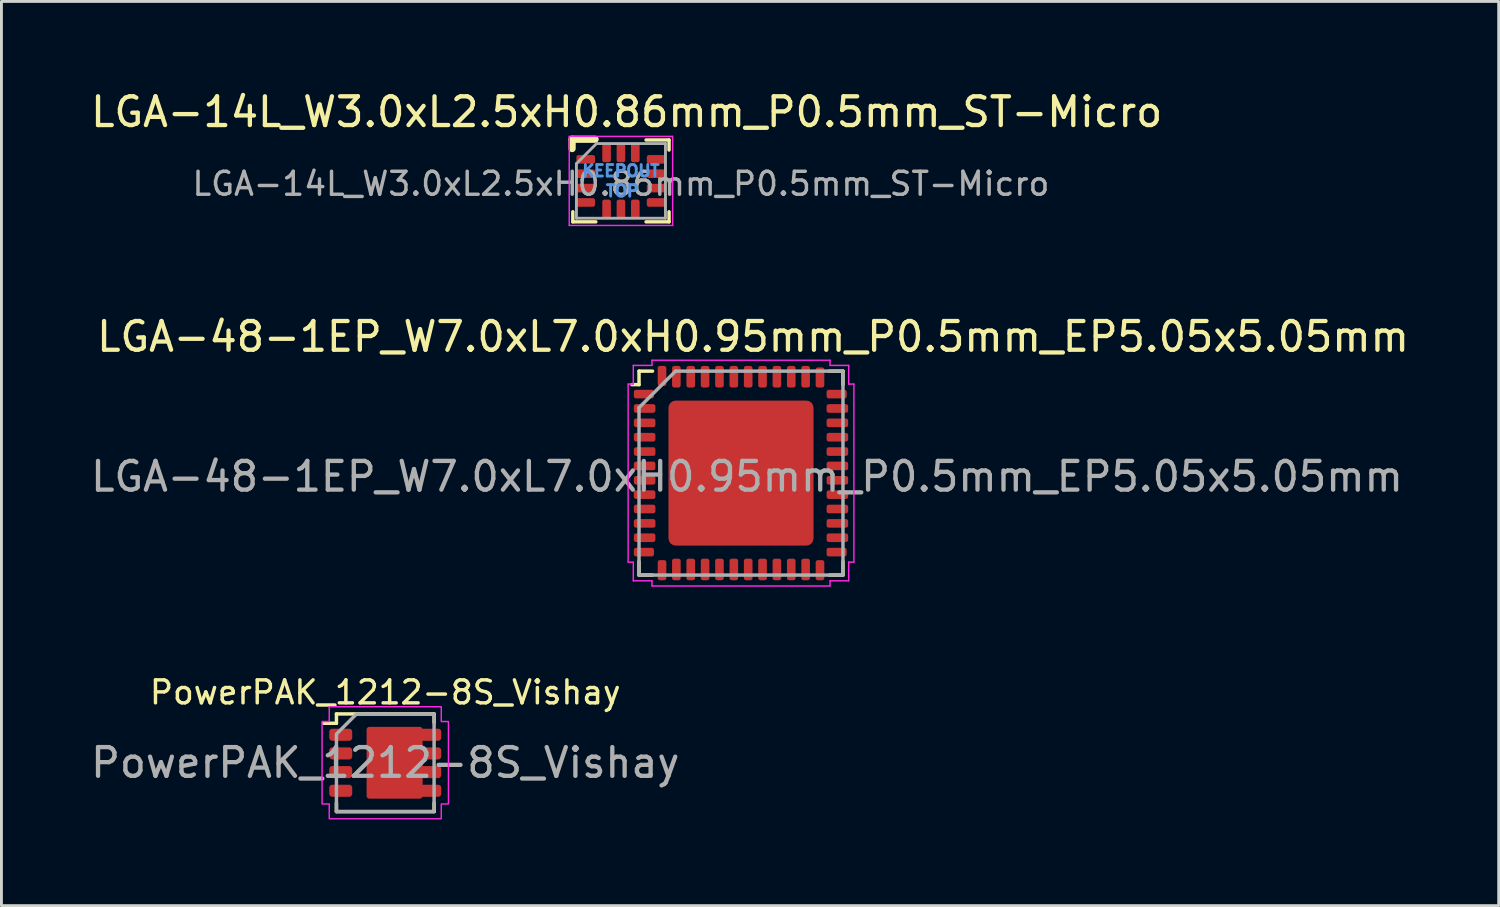
<source format=kicad_pcb>
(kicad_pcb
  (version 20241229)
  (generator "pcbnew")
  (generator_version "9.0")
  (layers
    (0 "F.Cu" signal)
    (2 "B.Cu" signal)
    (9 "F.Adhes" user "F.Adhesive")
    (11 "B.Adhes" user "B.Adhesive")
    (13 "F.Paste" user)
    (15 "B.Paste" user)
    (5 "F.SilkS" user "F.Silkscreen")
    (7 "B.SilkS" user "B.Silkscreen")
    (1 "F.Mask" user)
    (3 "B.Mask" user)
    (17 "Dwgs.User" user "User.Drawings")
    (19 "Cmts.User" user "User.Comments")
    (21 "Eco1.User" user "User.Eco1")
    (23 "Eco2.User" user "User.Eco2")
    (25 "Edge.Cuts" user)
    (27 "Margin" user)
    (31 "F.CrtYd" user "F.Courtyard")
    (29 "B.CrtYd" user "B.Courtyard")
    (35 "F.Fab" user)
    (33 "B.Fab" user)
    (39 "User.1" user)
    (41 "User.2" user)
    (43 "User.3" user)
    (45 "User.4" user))
  (footprint "LGA-14L_W3.0xL2.5xH0.86mm_P0.5mm_ST-Micro"
    (layer "F.Cu")
    (at 18.568 3.248)
    (property "Reference" "LGA-14L_W3.0xL2.5xH0.86mm_P0.5mm_ST-Micro" (at 0.2 -2.4 0) (unlocked yes) (layer "F.SilkS") (effects (font (size 1 1) (thickness 0.15))))
    (attr smd)
    (fp_poly (pts (xy -1.6 -0.9) (xy -1.6 -0.6) (xy -1.4 -0.6) (xy -1.4 -0.9)) (stroke (width 0.1) (type solid)) (fill yes) (layer "F.Mask"))
    (fp_poly (pts (xy -1.6 -0.4) (xy -1.6 -0.1) (xy -1.4 -0.1) (xy -1.4 -0.4)) (stroke (width 0.1) (type solid)) (fill yes) (layer "F.Mask"))
    (fp_poly (pts (xy -1.6 0.1) (xy -1.6 0.4) (xy -1.4 0.4) (xy -1.4 0.1)) (stroke (width 0.1) (type solid)) (fill yes) (layer "F.Mask"))
    (fp_poly (pts (xy -1.6 0.6) (xy -1.6 0.9) (xy -1.4 0.9) (xy -1.4 0.6)) (stroke (width 0.1) (type solid)) (fill yes) (layer "F.Mask"))
    (fp_poly (pts (xy -0.65 1.35) (xy -0.35 1.35) (xy -0.35 1.15) (xy -0.65 1.15)) (stroke (width 0.1) (type solid)) (fill yes) (layer "F.Mask"))
    (fp_poly (pts (xy -0.35 -1.35) (xy -0.65 -1.35) (xy -0.65 -1.15) (xy -0.35 -1.15)) (stroke (width 0.1) (type solid)) (fill yes) (layer "F.Mask"))
    (fp_poly (pts (xy -0.15 1.35) (xy 0.15 1.35) (xy 0.15 1.15) (xy -0.15 1.15)) (stroke (width 0.1) (type solid)) (fill yes) (layer "F.Mask"))
    (fp_poly (pts (xy 0.15 -1.35) (xy -0.15 -1.35) (xy -0.15 -1.15) (xy 0.15 -1.15)) (stroke (width 0.1) (type solid)) (fill yes) (layer "F.Mask"))
    (fp_poly (pts (xy 0.35 1.35) (xy 0.65 1.35) (xy 0.65 1.15) (xy 0.35 1.15)) (stroke (width 0.1) (type solid)) (fill yes) (layer "F.Mask"))
    (fp_poly (pts (xy 0.65 -1.35) (xy 0.35 -1.35) (xy 0.35 -1.15) (xy 0.65 -1.15)) (stroke (width 0.1) (type solid)) (fill yes) (layer "F.Mask"))
    (fp_poly (pts (xy 1.6 -0.6) (xy 1.6 -0.9) (xy 1.4 -0.9) (xy 1.4 -0.6)) (stroke (width 0.1) (type solid)) (fill yes) (layer "F.Mask"))
    (fp_poly (pts (xy 1.6 -0.1) (xy 1.6 -0.4) (xy 1.4 -0.4) (xy 1.4 -0.1)) (stroke (width 0.1) (type solid)) (fill yes) (layer "F.Mask"))
    (fp_poly (pts (xy 1.6 0.4) (xy 1.6 0.1) (xy 1.4 0.1) (xy 1.4 0.4)) (stroke (width 0.1) (type solid)) (fill yes) (layer "F.Mask"))
    (fp_poly (pts (xy 1.6 0.9) (xy 1.6 0.6) (xy 1.4 0.6) (xy 1.4 0.9)) (stroke (width 0.1) (type solid)) (fill yes) (layer "F.Mask"))
    (fp_line (start -1.7 -1.45) (end -1.7 -1.125) (stroke (width 0.25) (type solid)) (layer "F.SilkS"))
    (fp_line (start -1.675 1.075) (end -1.675 1.425) (stroke (width 0.12) (type solid)) (layer "F.SilkS"))
    (fp_line (start -0.9 -1.45) (end -1.7 -1.45) (stroke (width 0.25) (type solid)) (layer "F.SilkS"))
    (fp_line (start -0.875 1.425) (end -1.675 1.425) (stroke (width 0.12) (type solid)) (layer "F.SilkS"))
    (fp_line (start 1.675 -1.425) (end 0.875 -1.425) (stroke (width 0.12) (type solid)) (layer "F.SilkS"))
    (fp_line (start 1.675 -1.425) (end 1.675 -1.075) (stroke (width 0.12) (type solid)) (layer "F.SilkS"))
    (fp_line (start 1.675 1.075) (end 1.675 1.425) (stroke (width 0.12) (type solid)) (layer "F.SilkS"))
    (fp_line (start 1.675 1.425) (end 0.875 1.425) (stroke (width 0.12) (type solid)) (layer "F.SilkS"))
    (fp_line (start -1.8 -1.55) (end -1.8 1.55) (stroke (width 0.05) (type solid)) (layer "F.CrtYd"))
    (fp_line (start -1.8 1.55) (end 1.8 1.55) (stroke (width 0.05) (type solid)) (layer "F.CrtYd"))
    (fp_line (start 1.8 -1.55) (end -1.8 -1.55) (stroke (width 0.05) (type solid)) (layer "F.CrtYd"))
    (fp_line (start 1.8 1.55) (end 1.8 -1.55) (stroke (width 0.05) (type solid)) (layer "F.CrtYd"))
    (fp_line (start -1.55 -0.6) (end -1.55 1.3) (stroke (width 0.1) (type solid)) (layer "F.Fab"))
    (fp_line (start -1.55 1.3) (end 1.55 1.3) (stroke (width 0.1) (type solid)) (layer "F.Fab"))
    (fp_line (start -0.85 -1.3) (end -1.55 -0.6) (stroke (width 0.1) (type solid)) (layer "F.Fab"))
    (fp_line (start 1.55 -1.3) (end -0.85 -1.3) (stroke (width 0.1) (type solid)) (layer "F.Fab"))
    (fp_line (start 1.55 1.3) (end 1.55 -1.3) (stroke (width 0.1) (type solid)) (layer "F.Fab"))
    (fp_text user "TOP" (at 0.05 0.35 0) (layer "Cmts.User") (effects (font (size 0.4 0.4) (thickness 0.1))))
    (fp_text user "KEEPOUT" (at 0 -0.35 0) (layer "Cmts.User") (effects (font (size 0.4 0.4) (thickness 0.1))))
    (fp_text user "${REFERENCE}" (at 0 0.1 0) (layer "F.Fab") (effects (font (size 0.8 0.8) (thickness 0.12))))
    (pad "1" smd roundrect (at -1.225 -0.75 180) (size 0.65 0.3) (layers "F.Cu" "F.Mask" "F.Paste") (roundrect_rratio 0.25))
    (pad "2" smd roundrect (at -1.225 -0.25 180) (size 0.65 0.3) (layers "F.Cu" "F.Mask" "F.Paste") (roundrect_rratio 0.25))
    (pad "3" smd roundrect (at -1.225 0.25 180) (size 0.65 0.3) (layers "F.Cu" "F.Mask" "F.Paste") (roundrect_rratio 0.25))
    (pad "4" smd roundrect (at -1.225 0.75 180) (size 0.65 0.3) (layers "F.Cu" "F.Mask" "F.Paste") (roundrect_rratio 0.25))
    (pad "5" smd roundrect (at -0.5 0.975 90) (size 0.65 0.3) (layers "F.Cu" "F.Mask" "F.Paste") (roundrect_rratio 0.25))
    (pad "6" smd roundrect (at 0 0.975 90) (size 0.65 0.3) (layers "F.Cu" "F.Mask" "F.Paste") (roundrect_rratio 0.25))
    (pad "7" smd roundrect (at 0.5 0.975 90) (size 0.65 0.3) (layers "F.Cu" "F.Mask" "F.Paste") (roundrect_rratio 0.25))
    (pad "8" smd roundrect (at 1.225 0.75 180) (size 0.65 0.3) (layers "F.Cu" "F.Mask" "F.Paste") (roundrect_rratio 0.25))
    (pad "9" smd roundrect (at 1.225 0.25 180) (size 0.65 0.3) (layers "F.Cu" "F.Mask" "F.Paste") (roundrect_rratio 0.25))
    (pad "10" smd roundrect (at 1.225 -0.25 180) (size 0.65 0.3) (layers "F.Cu" "F.Mask" "F.Paste") (roundrect_rratio 0.25))
    (pad "11" smd roundrect (at 1.225 -0.75 180) (size 0.65 0.3) (layers "F.Cu" "F.Mask" "F.Paste") (roundrect_rratio 0.25))
    (pad "12" smd roundrect (at 0.5 -0.975 90) (size 0.65 0.3) (layers "F.Cu" "F.Mask" "F.Paste") (roundrect_rratio 0.25))
    (pad "13" smd roundrect (at 0 -0.975 90) (size 0.65 0.3) (layers "F.Cu" "F.Mask" "F.Paste") (roundrect_rratio 0.25))
    (pad "14" smd roundrect (at -0.5 -0.975 90) (size 0.65 0.3) (layers "F.Cu" "F.Mask" "F.Paste") (roundrect_rratio 0.25))
    (zone (net_name "") (layer "F.Cu") (hatch edge 0.508) (connect_pads) (min_thickness 0.254) (filled_areas_thickness no) (keepout (tracks allowed) (vias not_allowed) (pads allowed) (copperpour not_allowed) (footprints allowed)) (placement (enabled no)) (fill) (polygon (pts (xy 20.118 4.548) (xy 17.018 4.548) (xy 17.018 1.948) (xy 20.118 1.948)))))
  (footprint "LGA-48-1EP_W7.0xL7.0xH0.95mm_P0.5mm_EP5.05x5.05mm"
    (layer "F.Cu")
    (at 22.748 13.421)
    (property "Reference" "LGA-48-1EP_W7.0xL7.0xH0.95mm_P0.5mm_EP5.05x5.05mm" (at 0.42 -4.75 0) (layer "F.SilkS") (effects (font (size 1 1) (thickness 0.15))))
    (attr smd)
    (fp_line (start -3.55 -3.55) (end -3.08 -3.55) (stroke (width 0.12) (type solid)) (layer "F.SilkS"))
    (fp_line (start -3.55 -3.08) (end -3.8 -3.08) (stroke (width 0.12) (type solid)) (layer "F.SilkS"))
    (fp_line (start -3.55 -3.08) (end -3.55 -3.55) (stroke (width 0.12) (type solid)) (layer "F.SilkS"))
    (fp_line (start -3.55 3.08) (end -3.55 3.55) (stroke (width 0.12) (type solid)) (layer "F.SilkS"))
    (fp_line (start -3.55 3.55) (end -3.08 3.55) (stroke (width 0.12) (type solid)) (layer "F.SilkS"))
    (fp_line (start 3.55 -3.55) (end 3.08 -3.55) (stroke (width 0.12) (type solid)) (layer "F.SilkS"))
    (fp_line (start 3.55 -3.08) (end 3.55 -3.55) (stroke (width 0.12) (type solid)) (layer "F.SilkS"))
    (fp_line (start 3.55 3.08) (end 3.55 3.55) (stroke (width 0.12) (type solid)) (layer "F.SilkS"))
    (fp_line (start 3.55 3.55) (end 3.08 3.55) (stroke (width 0.12) (type solid)) (layer "F.SilkS"))
    (fp_line (start -3.93 -3.1) (end -3.93 3.1) (stroke (width 0.05) (type solid)) (layer "F.CrtYd"))
    (fp_line (start -3.93 3.1) (end -3.75 3.1) (stroke (width 0.05) (type solid)) (layer "F.CrtYd"))
    (fp_line (start -3.75 -3.75) (end -3.75 -3.1) (stroke (width 0.05) (type solid)) (layer "F.CrtYd"))
    (fp_line (start -3.75 -3.1) (end -3.93 -3.1) (stroke (width 0.05) (type solid)) (layer "F.CrtYd"))
    (fp_line (start -3.75 3.1) (end -3.75 3.75) (stroke (width 0.05) (type solid)) (layer "F.CrtYd"))
    (fp_line (start -3.75 3.75) (end -3.1 3.75) (stroke (width 0.05) (type solid)) (layer "F.CrtYd"))
    (fp_line (start -3.1 -3.93) (end -3.1 -3.75) (stroke (width 0.05) (type solid)) (layer "F.CrtYd"))
    (fp_line (start -3.1 -3.75) (end -3.75 -3.75) (stroke (width 0.05) (type solid)) (layer "F.CrtYd"))
    (fp_line (start -3.1 3.75) (end -3.1 3.93) (stroke (width 0.05) (type solid)) (layer "F.CrtYd"))
    (fp_line (start -3.1 3.93) (end 3.1 3.93) (stroke (width 0.05) (type solid)) (layer "F.CrtYd"))
    (fp_line (start 3.1 -3.93) (end -3.1 -3.93) (stroke (width 0.05) (type solid)) (layer "F.CrtYd"))
    (fp_line (start 3.1 -3.75) (end 3.1 -3.93) (stroke (width 0.05) (type solid)) (layer "F.CrtYd"))
    (fp_line (start 3.1 3.75) (end 3.75 3.75) (stroke (width 0.05) (type solid)) (layer "F.CrtYd"))
    (fp_line (start 3.1 3.93) (end 3.1 3.75) (stroke (width 0.05) (type solid)) (layer "F.CrtYd"))
    (fp_line (start 3.75 -3.75) (end 3.1 -3.75) (stroke (width 0.05) (type solid)) (layer "F.CrtYd"))
    (fp_line (start 3.75 -3.1) (end 3.75 -3.75) (stroke (width 0.05) (type solid)) (layer "F.CrtYd"))
    (fp_line (start 3.75 3.1) (end 3.93 3.1) (stroke (width 0.05) (type solid)) (layer "F.CrtYd"))
    (fp_line (start 3.75 3.75) (end 3.75 3.1) (stroke (width 0.05) (type solid)) (layer "F.CrtYd"))
    (fp_line (start 3.93 -3.1) (end 3.75 -3.1) (stroke (width 0.05) (type solid)) (layer "F.CrtYd"))
    (fp_line (start 3.93 3.1) (end 3.93 -3.1) (stroke (width 0.05) (type solid)) (layer "F.CrtYd"))
    (fp_line (start -3.55 -2.28) (end -2.28 -3.55) (stroke (width 0.12) (type solid)) (layer "F.Fab"))
    (fp_line (start -3.55 3.55) (end -3.55 -2.28) (stroke (width 0.12) (type solid)) (layer "F.Fab"))
    (fp_line (start -2.28 -3.55) (end 3.55 -3.55) (stroke (width 0.12) (type solid)) (layer "F.Fab"))
    (fp_line (start 3.55 -3.55) (end 3.55 3.55) (stroke (width 0.12) (type solid)) (layer "F.Fab"))
    (fp_line (start 3.55 3.55) (end -3.55 3.55) (stroke (width 0.12) (type solid)) (layer "F.Fab"))
    (fp_text user "${REFERENCE}" (at 0.21 0.12 0) (layer "F.Fab") (effects (font (size 1 1) (thickness 0.15))))
    (pad "" smd roundrect (at -1.265 -1.265) (size 1.79 1.79) (layers "F.Paste") (roundrect_rratio 0.14))
    (pad "" smd roundrect (at -1.265 1.265) (size 1.79 1.79) (layers "F.Paste") (roundrect_rratio 0.14))
    (pad "" smd roundrect (at 1.265 -1.265) (size 1.79 1.79) (layers "F.Paste") (roundrect_rratio 0.14))
    (pad "" smd roundrect (at 1.265 1.265) (size 1.79 1.79) (layers "F.Paste") (roundrect_rratio 0.14))
    (pad "1" smd roundrect (at -3.355 -2.75) (size 0.7 0.3) (drill (offset -0.025 0)) (layers "F.Cu" "F.Mask" "F.Paste") (roundrect_rratio 0.25))
    (pad "2" smd roundrect (at -3.355 -2.25) (size 0.75 0.3) (layers "F.Cu" "F.Mask" "F.Paste") (roundrect_rratio 0.25))
    (pad "3" smd roundrect (at -3.355 -1.75) (size 0.75 0.3) (layers "F.Cu" "F.Mask" "F.Paste") (roundrect_rratio 0.25))
    (pad "4" smd roundrect (at -3.355 -1.25) (size 0.75 0.3) (layers "F.Cu" "F.Mask" "F.Paste") (roundrect_rratio 0.25))
    (pad "5" smd roundrect (at -3.355 -0.75) (size 0.75 0.3) (layers "F.Cu" "F.Mask" "F.Paste") (roundrect_rratio 0.25))
    (pad "6" smd roundrect (at -3.355 -0.25) (size 0.75 0.3) (layers "F.Cu" "F.Mask" "F.Paste") (roundrect_rratio 0.25))
    (pad "7" smd roundrect (at -3.355 0.25) (size 0.75 0.3) (layers "F.Cu" "F.Mask" "F.Paste") (roundrect_rratio 0.25))
    (pad "8" smd roundrect (at -3.355 0.75) (size 0.75 0.3) (layers "F.Cu" "F.Mask" "F.Paste") (roundrect_rratio 0.25))
    (pad "9" smd roundrect (at -3.355 1.25) (size 0.75 0.3) (layers "F.Cu" "F.Mask" "F.Paste") (roundrect_rratio 0.25))
    (pad "10" smd roundrect (at -3.355 1.75) (size 0.75 0.3) (layers "F.Cu" "F.Mask" "F.Paste") (roundrect_rratio 0.25))
    (pad "11" smd roundrect (at -3.355 2.25) (size 0.75 0.3) (layers "F.Cu" "F.Mask" "F.Paste") (roundrect_rratio 0.25))
    (pad "12" smd roundrect (at -3.355 2.75) (size 0.7 0.3) (drill (offset -0.025 0)) (layers "F.Cu" "F.Mask" "F.Paste") (roundrect_rratio 0.25))
    (pad "13" smd roundrect (at -2.75 3.355 90) (size 0.7 0.3) (drill (offset -0.025 0)) (layers "F.Cu" "F.Mask" "F.Paste") (roundrect_rratio 0.25))
    (pad "14" smd roundrect (at -2.25 3.355 90) (size 0.75 0.3) (layers "F.Cu" "F.Mask" "F.Paste") (roundrect_rratio 0.25))
    (pad "15" smd roundrect (at -1.75 3.355 90) (size 0.75 0.3) (layers "F.Cu" "F.Mask" "F.Paste") (roundrect_rratio 0.25))
    (pad "16" smd roundrect (at -1.25 3.355 90) (size 0.75 0.3) (layers "F.Cu" "F.Mask" "F.Paste") (roundrect_rratio 0.25))
    (pad "17" smd roundrect (at -0.75 3.355 90) (size 0.75 0.3) (layers "F.Cu" "F.Mask" "F.Paste") (roundrect_rratio 0.25))
    (pad "18" smd roundrect (at -0.25 3.355 90) (size 0.75 0.3) (layers "F.Cu" "F.Mask" "F.Paste") (roundrect_rratio 0.25))
    (pad "19" smd roundrect (at 0.25 3.355 90) (size 0.75 0.3) (layers "F.Cu" "F.Mask" "F.Paste") (roundrect_rratio 0.25))
    (pad "20" smd roundrect (at 0.75 3.355 90) (size 0.75 0.3) (layers "F.Cu" "F.Mask" "F.Paste") (roundrect_rratio 0.25))
    (pad "21" smd roundrect (at 1.25 3.355 90) (size 0.75 0.3) (layers "F.Cu" "F.Mask" "F.Paste") (roundrect_rratio 0.25))
    (pad "22" smd roundrect (at 1.75 3.355 90) (size 0.75 0.3) (layers "F.Cu" "F.Mask" "F.Paste") (roundrect_rratio 0.25))
    (pad "23" smd roundrect (at 2.25 3.355 90) (size 0.75 0.3) (layers "F.Cu" "F.Mask" "F.Paste") (roundrect_rratio 0.25))
    (pad "24" smd roundrect (at 2.75 3.355 90) (size 0.7 0.3) (drill (offset -0.025 0)) (layers "F.Cu" "F.Mask" "F.Paste") (roundrect_rratio 0.25))
    (pad "25" smd roundrect (at 3.355 2.75) (size 0.7 0.3) (drill (offset -0.025 0)) (layers "F.Cu" "F.Mask" "F.Paste") (roundrect_rratio 0.25))
    (pad "26" smd roundrect (at 3.355 2.25) (size 0.75 0.3) (layers "F.Cu" "F.Mask" "F.Paste") (roundrect_rratio 0.25))
    (pad "27" smd roundrect (at 3.355 1.75) (size 0.75 0.3) (layers "F.Cu" "F.Mask" "F.Paste") (roundrect_rratio 0.25))
    (pad "28" smd roundrect (at 3.355 1.25) (size 0.75 0.3) (layers "F.Cu" "F.Mask" "F.Paste") (roundrect_rratio 0.25))
    (pad "29" smd roundrect (at 3.355 0.75) (size 0.75 0.3) (layers "F.Cu" "F.Mask" "F.Paste") (roundrect_rratio 0.25))
    (pad "30" smd roundrect (at 3.355 0.25) (size 0.75 0.3) (layers "F.Cu" "F.Mask" "F.Paste") (roundrect_rratio 0.25))
    (pad "31" smd roundrect (at 3.355 -0.25) (size 0.75 0.3) (layers "F.Cu" "F.Mask" "F.Paste") (roundrect_rratio 0.25))
    (pad "32" smd roundrect (at 3.355 -0.75) (size 0.75 0.3) (layers "F.Cu" "F.Mask" "F.Paste") (roundrect_rratio 0.25))
    (pad "33" smd roundrect (at 3.355 -1.25) (size 0.75 0.3) (layers "F.Cu" "F.Mask" "F.Paste") (roundrect_rratio 0.25))
    (pad "34" smd roundrect (at 3.355 -1.75) (size 0.75 0.3) (layers "F.Cu" "F.Mask" "F.Paste") (roundrect_rratio 0.25))
    (pad "35" smd roundrect (at 3.355 -2.25) (size 0.75 0.3) (layers "F.Cu" "F.Mask" "F.Paste") (roundrect_rratio 0.25))
    (pad "36" smd roundrect (at 3.355 -2.75) (size 0.7 0.3) (drill (offset -0.025 0)) (layers "F.Cu" "F.Mask" "F.Paste") (roundrect_rratio 0.25))
    (pad "37" smd roundrect (at 2.75 -3.355 90) (size 0.7 0.3) (drill (offset -0.025 0)) (layers "F.Cu" "F.Mask" "F.Paste") (roundrect_rratio 0.25))
    (pad "38" smd roundrect (at 2.25 -3.355 90) (size 0.75 0.3) (layers "F.Cu" "F.Mask" "F.Paste") (roundrect_rratio 0.25))
    (pad "39" smd roundrect (at 1.75 -3.355 90) (size 0.75 0.3) (layers "F.Cu" "F.Mask" "F.Paste") (roundrect_rratio 0.25))
    (pad "40" smd roundrect (at 1.25 -3.355 90) (size 0.75 0.3) (layers "F.Cu" "F.Mask" "F.Paste") (roundrect_rratio 0.25))
    (pad "41" smd roundrect (at 0.75 -3.355 90) (size 0.75 0.3) (layers "F.Cu" "F.Mask" "F.Paste") (roundrect_rratio 0.25))
    (pad "42" smd roundrect (at 0.25 -3.355 90) (size 0.75 0.3) (layers "F.Cu" "F.Mask" "F.Paste") (roundrect_rratio 0.25))
    (pad "43" smd roundrect (at -0.25 -3.355 90) (size 0.75 0.3) (layers "F.Cu" "F.Mask" "F.Paste") (roundrect_rratio 0.25))
    (pad "44" smd roundrect (at -0.75 -3.355 90) (size 0.75 0.3) (layers "F.Cu" "F.Mask" "F.Paste") (roundrect_rratio 0.25))
    (pad "45" smd roundrect (at -1.25 -3.355 90) (size 0.75 0.3) (layers "F.Cu" "F.Mask" "F.Paste") (roundrect_rratio 0.25))
    (pad "46" smd roundrect (at -1.75 -3.355 90) (size 0.75 0.3) (layers "F.Cu" "F.Mask" "F.Paste") (roundrect_rratio 0.25))
    (pad "47" smd roundrect (at -2.25 -3.355 90) (size 0.75 0.3) (layers "F.Cu" "F.Mask" "F.Paste") (roundrect_rratio 0.25))
    (pad "48" smd roundrect (at -2.75 -3.355 90) (size 0.7 0.3) (drill (offset 0.025 0)) (layers "F.Cu" "F.Mask" "F.Paste") (roundrect_rratio 0.25))
    (pad "49" smd roundrect (at 0 0) (size 5.05 5.05) (layers "F.Cu" "F.Mask") (roundrect_rratio 0.05)))
  (footprint "PowerPAK_1212-8S_Vishay"
    (layer "F.Cu")
    (at 10.363 23.505)
    (property "Reference" "PowerPAK_1212-8S_Vishay" (at 0 -2.45 0) (unlocked yes) (layer "F.SilkS") (effects (font (size 0.8 0.8) (thickness 0.12))))
    (attr smd)
    (fp_line (start -1.7 -1.375) (end -2.15 -1.375) (stroke (width 0.12) (type default)) (layer "F.SilkS"))
    (fp_line (start -1.7 -1.375) (end -1.7 -1.7) (stroke (width 0.12) (type default)) (layer "F.SilkS"))
    (fp_line (start -1.7 1.4) (end -1.7 1.7) (stroke (width 0.12) (type default)) (layer "F.SilkS"))
    (fp_line (start -1.7 1.7) (end 1.7 1.7) (stroke (width 0.12) (type default)) (layer "F.SilkS"))
    (fp_line (start 1.7 -1.7) (end -1.7 -1.7) (stroke (width 0.12) (type default)) (layer "F.SilkS"))
    (fp_line (start 1.7 -1.4) (end 1.7 -1.7) (stroke (width 0.12) (type default)) (layer "F.SilkS"))
    (fp_line (start 1.7 1.4) (end 1.7 1.7) (stroke (width 0.12) (type default)) (layer "F.SilkS"))
    (fp_poly (pts (xy 1.95 -1.435) (xy 2.2 -1.435) (xy 2.2 1.435) (xy 1.95 1.435) (xy 1.95 1.95) (xy -1.95 1.95) (xy -1.95 1.435) (xy -2.2 1.435) (xy -2.2 -1.435) (xy -1.95 -1.435) (xy -1.95 -1.95) (xy 1.95 -1.95)) (stroke (width 0.05) (type default)) (fill no) (layer "F.CrtYd"))
    (fp_poly (pts (xy -1.7 -1) (xy -1 -1.7) (xy 1.7 -1.7) (xy 1.7 1.7) (xy -1.7 1.7)) (stroke (width 0.12) (type solid)) (fill no) (layer "F.Fab"))
    (fp_text user "${REFERENCE}" (at 0 0 0) (unlocked yes) (layer "F.Fab") (effects (font (size 1 1) (thickness 0.15))))
    (pad "" smd roundrect (at -0.3 -0.675) (size 0.7 1.15) (property pad_prop_heatsink) (layers "F.Paste") (roundrect_rratio 0.143))
    (pad "" smd roundrect (at -0.3 0.675) (size 0.7 1.15) (property pad_prop_heatsink) (layers "F.Paste") (roundrect_rratio 0.143))
    (pad "" smd roundrect (at 0.6 -0.675) (size 0.7 1.15) (property pad_prop_heatsink) (layers "F.Paste") (roundrect_rratio 0.143))
    (pad "" smd roundrect (at 0.6 0.675) (size 0.7 1.15) (property pad_prop_heatsink) (layers "F.Paste") (roundrect_rratio 0.143))
    (pad "1" smd roundrect (at -1.55 -0.975) (size 0.8 0.42) (layers "F.Cu" "F.Mask" "F.Paste") (roundrect_rratio 0.25))
    (pad "2" smd roundrect (at -1.55 -0.325) (size 0.8 0.42) (layers "F.Cu" "F.Mask" "F.Paste") (roundrect_rratio 0.25))
    (pad "3" smd roundrect (at -1.55 0.325) (size 0.8 0.42) (layers "F.Cu" "F.Mask" "F.Paste") (roundrect_rratio 0.25))
    (pad "4" smd roundrect (at -1.55 0.975) (size 0.8 0.42) (layers "F.Cu" "F.Mask" "F.Paste") (roundrect_rratio 0.25))
    (pad "5" smd roundrect (at 0.325 0) (size 1.95 2.5) (property pad_prop_heatsink) (layers "F.Cu" "F.Mask") (roundrect_rratio 0.05))
    (pad "5" smd roundrect (at 1.55 -0.975) (size 0.8 0.42) (layers "F.Cu" "F.Mask" "F.Paste") (roundrect_rratio 0.25))
    (pad "5" smd roundrect (at 1.55 -0.325) (size 0.8 0.42) (layers "F.Cu" "F.Mask" "F.Paste") (roundrect_rratio 0.25))
    (pad "5" smd roundrect (at 1.55 0.325) (size 0.8 0.42) (layers "F.Cu" "F.Mask" "F.Paste") (roundrect_rratio 0.25))
    (pad "5" smd roundrect (at 1.55 0.975) (size 0.8 0.42) (layers "F.Cu" "F.Mask" "F.Paste") (roundrect_rratio 0.25)))
  (gr_rect
    (start -3 -3)
    (end 49.127 28.48)
    (stroke (width 0.1) (type default))
    (fill no)
    (layer "Edge.Cuts")))
</source>
